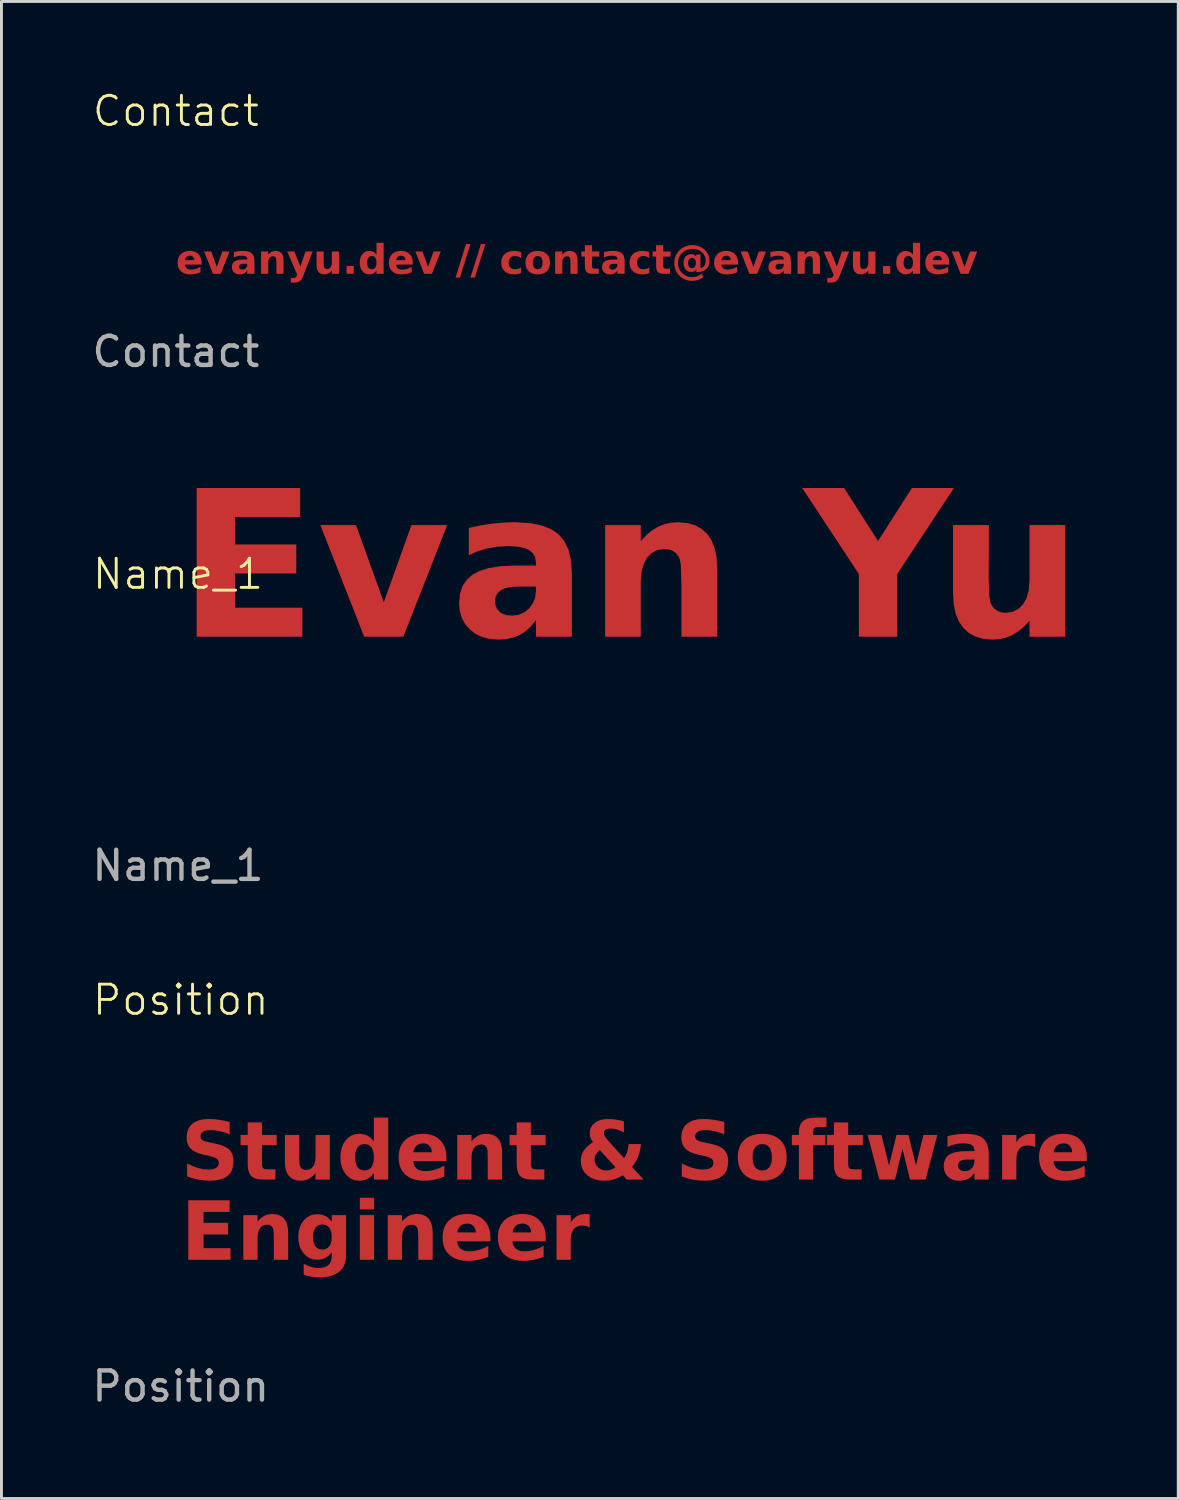
<source format=kicad_pcb>
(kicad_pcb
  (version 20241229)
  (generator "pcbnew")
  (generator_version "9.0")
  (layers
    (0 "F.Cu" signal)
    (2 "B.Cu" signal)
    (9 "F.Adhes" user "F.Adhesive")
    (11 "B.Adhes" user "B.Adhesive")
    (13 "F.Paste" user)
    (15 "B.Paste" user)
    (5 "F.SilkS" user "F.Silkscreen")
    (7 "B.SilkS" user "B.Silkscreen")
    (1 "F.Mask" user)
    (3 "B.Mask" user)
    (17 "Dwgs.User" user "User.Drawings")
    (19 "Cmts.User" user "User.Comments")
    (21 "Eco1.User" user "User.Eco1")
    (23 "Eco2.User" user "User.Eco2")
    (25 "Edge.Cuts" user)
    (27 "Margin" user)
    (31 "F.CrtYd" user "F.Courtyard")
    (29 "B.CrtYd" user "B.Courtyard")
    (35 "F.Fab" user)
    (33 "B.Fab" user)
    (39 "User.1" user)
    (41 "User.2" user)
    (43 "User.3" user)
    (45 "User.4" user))
  (footprint "Name_1"
    (layer "F.Cu")
    (at 3.054 19.638)
    (property "Reference" "Name_1" (at 0 -3 0) (unlocked yes) (layer "F.SilkS") (effects (font (size 1 1) (thickness 0.1))))
    (fp_text user "Evan Yu" (at 0 0 0) (unlocked yes) (layer "F.Cu") (effects (font (face "JetBrains Mono") (size 5 5) (thickness 1.25) (bold yes)) (justify left bottom)))
    (fp_text user "Evan Yu" (at 0 0 0) (unlocked yes) (layer "F.Mask") (effects (font (face "JetBrains Mono") (size 5 5) (thickness 1.25) (bold yes)) (justify left bottom)))
    (fp_text user "${REFERENCE}" (at 0 7 0) (unlocked yes) (layer "F.Fab") (effects (font (size 1 1) (thickness 0.15)))))
  (footprint "Position"
    (layer "F.Cu")
    (at 3.149 41.997)
    (property "Reference" "Position" (at 0 -10.75 0) (unlocked yes) (layer "F.SilkS") (effects (font (size 1 1) (thickness 0.1))))
    (fp_text user "Student & Software" (at 0 -4.25 0) (unlocked yes) (layer "F.Cu") (effects (font (face "JetBrains Mono") (size 2 2) (thickness 0.25) (bold yes)) (justify left bottom)))
    (fp_text user "Engineer" (at 0 -1.5 0) (unlocked yes) (layer "F.Cu") (effects (font (face "JetBrains Mono") (size 2 2) (thickness 0.25) (bold yes)) (justify left bottom)))
    (fp_text user "Engineer" (at 0 -1.5 0) (unlocked yes) (layer "F.Mask") (effects (font (face "JetBrains Mono") (size 2 2) (thickness 0.25) (bold yes)) (justify left bottom)))
    (fp_text user "Student & Software" (at 0 -4.25 0) (unlocked yes) (layer "F.Mask") (effects (font (face "JetBrains Mono") (size 2 2) (thickness 0.25) (bold yes)) (justify left bottom)))
    (fp_text user "${REFERENCE}" (at 0 2.5 0) (unlocked yes) (layer "F.Fab") (effects (font (size 1 1) (thickness 0.15)))))
  (footprint "Contact"
    (layer "F.Cu")
    (at 2.982 6.511)
    (property "Reference" "Contact" (at 0 -5.75 0) (unlocked yes) (layer "F.SilkS") (effects (font (size 1 1) (thickness 0.1))))
    (fp_text user "evanyu.dev // contact@evanyu.dev" (at 0 0 0) (unlocked yes) (layer "F.Cu") (effects (font (face "JetBrains Mono") (size 1 1) (thickness 0.188) (bold yes)) (justify left bottom)))
    (fp_text user "evanyu.dev // contact@evanyu.dev" (at 0 0 0) (unlocked yes) (layer "F.Mask") (effects (font (face "JetBrains Mono") (size 1 1) (thickness 0.188) (bold yes)) (justify left bottom)))
    (fp_text user "${REFERENCE}" (at 0 2.5 0) (unlocked yes) (layer "F.Fab") (effects (font (size 1 1) (thickness 0.15)))))
  (gr_rect
    (start -3 -3)
    (end 37.361 48.345)
    (stroke (width 0.1) (type default))
    (fill no)
    (layer "Edge.Cuts")))
</source>
